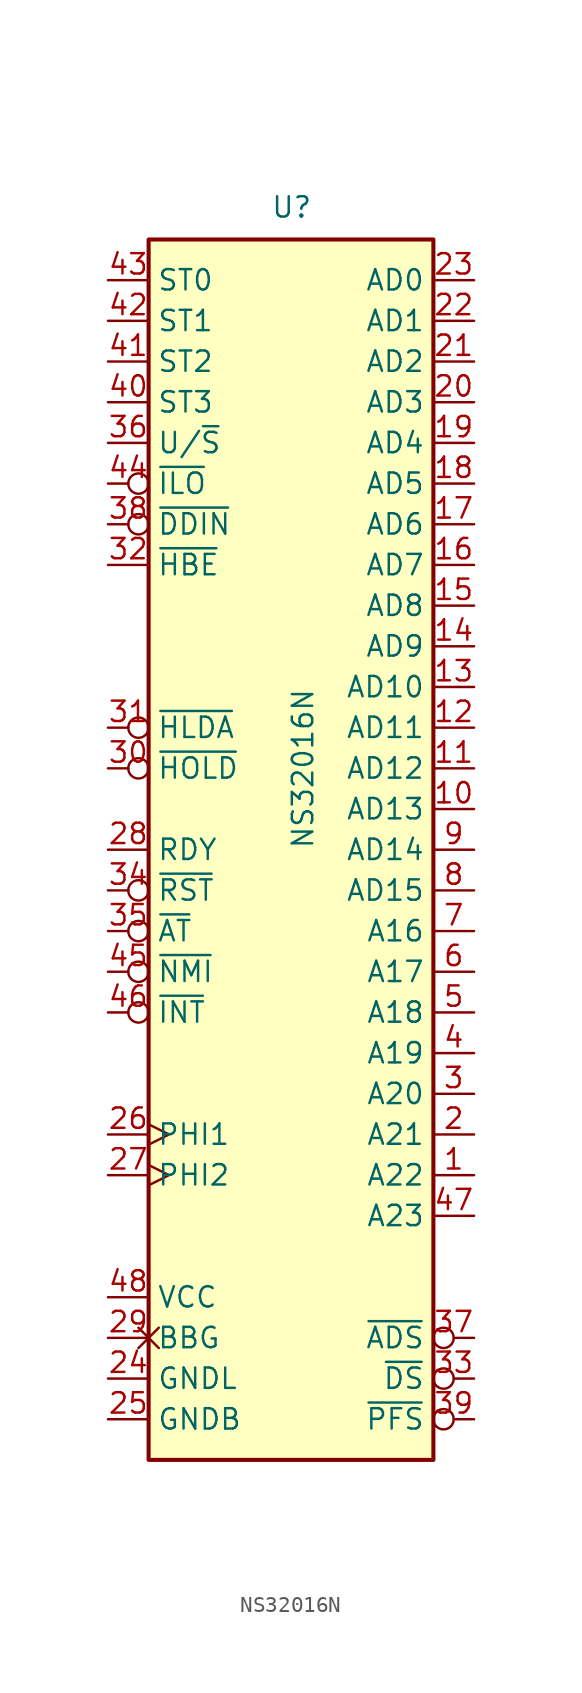
<source format=kicad_sym>
(kicad_symbol_lib
  (version 20220914)
  (generator kicad_symbol_editor)
  (symbol "NS32016N"
    (property "Reference" "U"
      (at -1.27 39.37 0)
      (effects (font (size 1.27 1.27)) (justify left bottom)))
    (property "Value" "NS32016N"
      (at 0 0 90)
      (effects (font (size 1.27 1.27)) (justify left top)))
    (symbol "NS32016N_0_0"
      (pin output line (at 11.43 -20.32 180) (length 2.54) (name "A22" (effects (font (size 1.27 1.27)))) (number "1" (effects (font (size 1.27 1.27)))))
      (pin output line (at 11.43 -17.78 180) (length 2.54) (name "A21" (effects (font (size 1.27 1.27)))) (number "2" (effects (font (size 1.27 1.27)))))
      (pin passive non_logic (at -11.43 -30.48 0) (length 2.54) (name "BBG" (effects (font (size 1.27 1.27)))) (number "29" (effects (font (size 1.27 1.27)))))
      (pin output line (at 11.43 -15.24 180) (length 2.54) (name "A20" (effects (font (size 1.27 1.27)))) (number "3" (effects (font (size 1.27 1.27)))))
      (pin output line (at 11.43 -12.7 180) (length 2.54) (name "A19" (effects (font (size 1.27 1.27)))) (number "4" (effects (font (size 1.27 1.27)))))
      (pin output line (at 11.43 -10.16 180) (length 2.54) (name "A18" (effects (font (size 1.27 1.27)))) (number "5" (effects (font (size 1.27 1.27)))))
      (pin output line (at 11.43 -7.62 180) (length 2.54) (name "A17" (effects (font (size 1.27 1.27)))) (number "6" (effects (font (size 1.27 1.27)))))
      (pin output line (at 11.43 -5.08 180) (length 2.54) (name "A16" (effects (font (size 1.27 1.27)))) (number "7" (effects (font (size 1.27 1.27))))))
    (symbol "NS32016N_0_1"
      (rectangle (start -8.89 -38.1) (end 8.89 38.1) (stroke (width 0.254) (type default)) (fill (type background))))
    (symbol "NS32016N_1_1"
      (pin bidirectional line (at 11.43 2.54 180) (length 2.54) (name "AD13" (effects (font (size 1.27 1.27)))) (number "10" (effects (font (size 1.27 1.27)))))
      (pin bidirectional line (at 11.43 5.08 180) (length 2.54) (name "AD12" (effects (font (size 1.27 1.27)))) (number "11" (effects (font (size 1.27 1.27)))))
      (pin bidirectional line (at 11.43 7.62 180) (length 2.54) (name "AD11" (effects (font (size 1.27 1.27)))) (number "12" (effects (font (size 1.27 1.27)))))
      (pin bidirectional line (at 11.43 10.16 180) (length 2.54) (name "AD10" (effects (font (size 1.27 1.27)))) (number "13" (effects (font (size 1.27 1.27)))))
      (pin bidirectional line (at 11.43 12.7 180) (length 2.54) (name "AD9" (effects (font (size 1.27 1.27)))) (number "14" (effects (font (size 1.27 1.27)))))
      (pin bidirectional line (at 11.43 15.24 180) (length 2.54) (name "AD8" (effects (font (size 1.27 1.27)))) (number "15" (effects (font (size 1.27 1.27)))))
      (pin bidirectional line (at 11.43 17.78 180) (length 2.54) (name "AD7" (effects (font (size 1.27 1.27)))) (number "16" (effects (font (size 1.27 1.27)))))
      (pin bidirectional line (at 11.43 20.32 180) (length 2.54) (name "AD6" (effects (font (size 1.27 1.27)))) (number "17" (effects (font (size 1.27 1.27)))))
      (pin bidirectional line (at 11.43 22.86 180) (length 2.54) (name "AD5" (effects (font (size 1.27 1.27)))) (number "18" (effects (font (size 1.27 1.27)))))
      (pin bidirectional line (at 11.43 25.4 180) (length 2.54) (name "AD4" (effects (font (size 1.27 1.27)))) (number "19" (effects (font (size 1.27 1.27)))))
      (pin bidirectional line (at 11.43 27.94 180) (length 2.54) (name "AD3" (effects (font (size 1.27 1.27)))) (number "20" (effects (font (size 1.27 1.27)))))
      (pin bidirectional line (at 11.43 30.48 180) (length 2.54) (name "AD2" (effects (font (size 1.27 1.27)))) (number "21" (effects (font (size 1.27 1.27)))))
      (pin bidirectional line (at 11.43 33.02 180) (length 2.54) (name "AD1" (effects (font (size 1.27 1.27)))) (number "22" (effects (font (size 1.27 1.27)))))
      (pin bidirectional line (at 11.43 35.56 180) (length 2.54) (name "AD0" (effects (font (size 1.27 1.27)))) (number "23" (effects (font (size 1.27 1.27)))))
      (pin power_in line (at -11.43 -33.02 0) (length 2.54) (name "GNDL" (effects (font (size 1.27 1.27)))) (number "24" (effects (font (size 1.27 1.27)))))
      (pin power_in line (at -11.43 -35.56 0) (length 2.54) (name "GNDB" (effects (font (size 1.27 1.27)))) (number "25" (effects (font (size 1.27 1.27)))))
      (pin input clock (at -11.43 -17.78 0) (length 2.54) (name "PHI1" (effects (font (size 1.27 1.27)))) (number "26" (effects (font (size 1.27 1.27)))))
      (pin input clock (at -11.43 -20.32 0) (length 2.54) (name "PHI2" (effects (font (size 1.27 1.27)))) (number "27" (effects (font (size 1.27 1.27)))))
      (pin input line (at -11.43 0 0) (length 2.54) (name "RDY" (effects (font (size 1.27 1.27)))) (number "28" (effects (font (size 1.27 1.27)))))
      (pin input inverted (at -11.43 5.08 0) (length 2.54) (name "~{HOLD}" (effects (font (size 1.27 1.27)))) (number "30" (effects (font (size 1.27 1.27)))))
      (pin output inverted (at -11.43 7.62 0) (length 2.54) (name "~{HLDA}" (effects (font (size 1.27 1.27)))) (number "31" (effects (font (size 1.27 1.27)))))
      (pin output line (at -11.43 17.78 0) (length 2.54) (name "~{HBE}" (effects (font (size 1.27 1.27)))) (number "32" (effects (font (size 1.27 1.27)))))
      (pin output inverted (at 11.43 -33.02 180) (length 2.54) (name "~{DS}" (effects (font (size 1.27 1.27)))) (number "33" (effects (font (size 1.27 1.27)))))
      (pin input inverted (at -11.43 -2.54 0) (length 2.54) (name "~{RST}" (effects (font (size 1.27 1.27)))) (number "34" (effects (font (size 1.27 1.27)))))
      (pin input inverted (at -11.43 -5.08 0) (length 2.54) (name "~{AT}" (effects (font (size 1.27 1.27)))) (number "35" (effects (font (size 1.27 1.27)))))
      (pin output line (at -11.43 25.4 0) (length 2.54) (name "U/~{S}" (effects (font (size 1.27 1.27)))) (number "36" (effects (font (size 1.27 1.27)))))
      (pin output inverted (at 11.43 -30.48 180) (length 2.54) (name "~{ADS}" (effects (font (size 1.27 1.27)))) (number "37" (effects (font (size 1.27 1.27)))))
      (pin output inverted (at -11.43 20.32 0) (length 2.54) (name "~{DDIN}" (effects (font (size 1.27 1.27)))) (number "38" (effects (font (size 1.27 1.27)))))
      (pin output inverted (at 11.43 -35.56 180) (length 2.54) (name "~{PFS}" (effects (font (size 1.27 1.27)))) (number "39" (effects (font (size 1.27 1.27)))))
      (pin output line (at -11.43 27.94 0) (length 2.54) (name "ST3" (effects (font (size 1.27 1.27)))) (number "40" (effects (font (size 1.27 1.27)))))
      (pin output line (at -11.43 30.48 0) (length 2.54) (name "ST2" (effects (font (size 1.27 1.27)))) (number "41" (effects (font (size 1.27 1.27)))))
      (pin output line (at -11.43 33.02 0) (length 2.54) (name "ST1" (effects (font (size 1.27 1.27)))) (number "42" (effects (font (size 1.27 1.27)))))
      (pin output line (at -11.43 35.56 0) (length 2.54) (name "ST0" (effects (font (size 1.27 1.27)))) (number "43" (effects (font (size 1.27 1.27)))))
      (pin output inverted (at -11.43 22.86 0) (length 2.54) (name "~{ILO}" (effects (font (size 1.27 1.27)))) (number "44" (effects (font (size 1.27 1.27)))))
      (pin input inverted (at -11.43 -7.62 0) (length 2.54) (name "~{NMI}" (effects (font (size 1.27 1.27)))) (number "45" (effects (font (size 1.27 1.27)))))
      (pin input inverted (at -11.43 -10.16 0) (length 2.54) (name "~{INT}" (effects (font (size 1.27 1.27)))) (number "46" (effects (font (size 1.27 1.27)))))
      (pin output line (at 11.43 -22.86 180) (length 2.54) (name "A23" (effects (font (size 1.27 1.27)))) (number "47" (effects (font (size 1.27 1.27)))))
      (pin power_in line (at -11.43 -27.94 0) (length 2.54) (name "VCC" (effects (font (size 1.27 1.27)))) (number "48" (effects (font (size 1.27 1.27)))))
      (pin bidirectional line (at 11.43 -2.54 180) (length 2.54) (name "AD15" (effects (font (size 1.27 1.27)))) (number "8" (effects (font (size 1.27 1.27)))))
      (pin bidirectional line (at 11.43 0 180) (length 2.54) (name "AD14" (effects (font (size 1.27 1.27)))) (number "9" (effects (font (size 1.27 1.27))))))))
</source>
